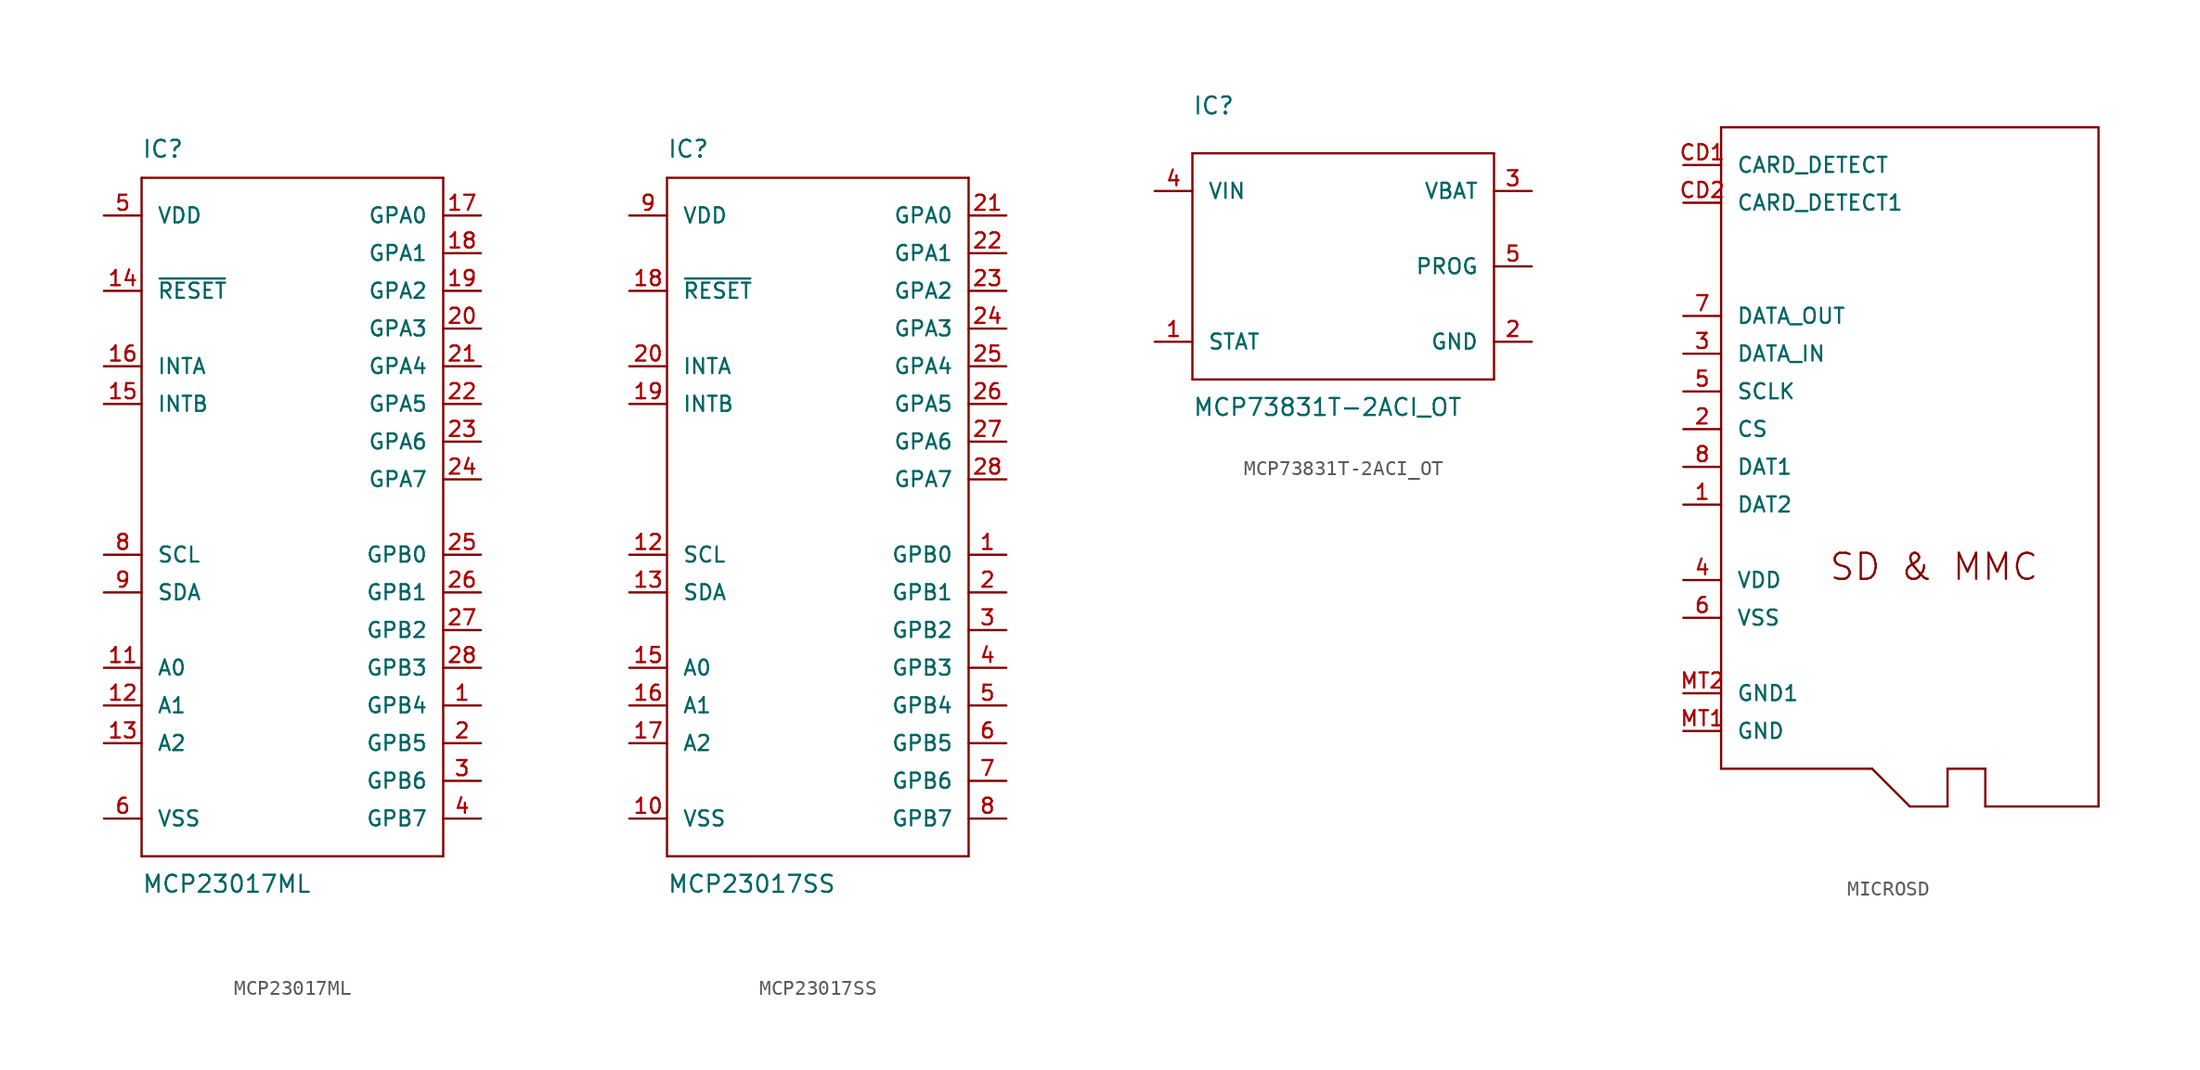
<source format=kicad_sym>
(kicad_symbol_lib
  (version 20220914)
  (generator kicad_symbol_editor)
  (symbol "MCP23017ML"
    (pin_names
      (offset 1.016))
    (property "Reference" "IC"
      (at -10.16 24.13 0)
      (effects (font (size 1.143 1.143)) (justify left bottom)))
    (property "Value" "MCP23017ML"
      (at -10.16 -25.4 0)
      (effects (font (size 1.143 1.143)) (justify left bottom)))
    (property "ki_locked" ""
      (at 0 0 0)
      (effects (font (size 1.27 1.27))))
    (symbol "MCP23017ML_1_0"
      (polyline (pts (xy -10.16 -22.86) (xy -10.16 22.86)) (stroke (width 0) (type solid)) (fill (type none)))
      (polyline (pts (xy -10.16 22.86) (xy 10.16 22.86)) (stroke (width 0) (type solid)) (fill (type none)))
      (polyline (pts (xy 10.16 -22.86) (xy -10.16 -22.86)) (stroke (width 0) (type solid)) (fill (type none)))
      (polyline (pts (xy 10.16 22.86) (xy 10.16 -22.86)) (stroke (width 0) (type solid)) (fill (type none))))
    (symbol "MCP23017ML_1_1"
      (pin bidirectional line (at 12.7 -12.7 180) (length 2.54) (name "GPB4" (effects (font (size 1.016 1.016)))) (number "1" (effects (font (size 1.016 1.016)))))
      (pin input line (at -12.7 -10.16 0) (length 2.54) (name "A0" (effects (font (size 1.016 1.016)))) (number "11" (effects (font (size 1.016 1.016)))))
      (pin input line (at -12.7 -12.7 0) (length 2.54) (name "A1" (effects (font (size 1.016 1.016)))) (number "12" (effects (font (size 1.016 1.016)))))
      (pin input line (at -12.7 -15.24 0) (length 2.54) (name "A2" (effects (font (size 1.016 1.016)))) (number "13" (effects (font (size 1.016 1.016)))))
      (pin input line (at -12.7 15.24 0) (length 2.54) (name "~{RESET}" (effects (font (size 1.016 1.016)))) (number "14" (effects (font (size 1.016 1.016)))))
      (pin output line (at -12.7 7.62 0) (length 2.54) (name "INTB" (effects (font (size 1.016 1.016)))) (number "15" (effects (font (size 1.016 1.016)))))
      (pin output line (at -12.7 10.16 0) (length 2.54) (name "INTA" (effects (font (size 1.016 1.016)))) (number "16" (effects (font (size 1.016 1.016)))))
      (pin bidirectional line (at 12.7 20.32 180) (length 2.54) (name "GPA0" (effects (font (size 1.016 1.016)))) (number "17" (effects (font (size 1.016 1.016)))))
      (pin bidirectional line (at 12.7 17.78 180) (length 2.54) (name "GPA1" (effects (font (size 1.016 1.016)))) (number "18" (effects (font (size 1.016 1.016)))))
      (pin bidirectional line (at 12.7 15.24 180) (length 2.54) (name "GPA2" (effects (font (size 1.016 1.016)))) (number "19" (effects (font (size 1.016 1.016)))))
      (pin bidirectional line (at 12.7 -15.24 180) (length 2.54) (name "GPB5" (effects (font (size 1.016 1.016)))) (number "2" (effects (font (size 1.016 1.016)))))
      (pin bidirectional line (at 12.7 12.7 180) (length 2.54) (name "GPA3" (effects (font (size 1.016 1.016)))) (number "20" (effects (font (size 1.016 1.016)))))
      (pin bidirectional line (at 12.7 10.16 180) (length 2.54) (name "GPA4" (effects (font (size 1.016 1.016)))) (number "21" (effects (font (size 1.016 1.016)))))
      (pin bidirectional line (at 12.7 7.62 180) (length 2.54) (name "GPA5" (effects (font (size 1.016 1.016)))) (number "22" (effects (font (size 1.016 1.016)))))
      (pin bidirectional line (at 12.7 5.08 180) (length 2.54) (name "GPA6" (effects (font (size 1.016 1.016)))) (number "23" (effects (font (size 1.016 1.016)))))
      (pin bidirectional line (at 12.7 2.54 180) (length 2.54) (name "GPA7" (effects (font (size 1.016 1.016)))) (number "24" (effects (font (size 1.016 1.016)))))
      (pin bidirectional line (at 12.7 -2.54 180) (length 2.54) (name "GPB0" (effects (font (size 1.016 1.016)))) (number "25" (effects (font (size 1.016 1.016)))))
      (pin bidirectional line (at 12.7 -5.08 180) (length 2.54) (name "GPB1" (effects (font (size 1.016 1.016)))) (number "26" (effects (font (size 1.016 1.016)))))
      (pin bidirectional line (at 12.7 -7.62 180) (length 2.54) (name "GPB2" (effects (font (size 1.016 1.016)))) (number "27" (effects (font (size 1.016 1.016)))))
      (pin bidirectional line (at 12.7 -10.16 180) (length 2.54) (name "GPB3" (effects (font (size 1.016 1.016)))) (number "28" (effects (font (size 1.016 1.016)))))
      (pin bidirectional line (at 12.7 -17.78 180) (length 2.54) (name "GPB6" (effects (font (size 1.016 1.016)))) (number "3" (effects (font (size 1.016 1.016)))))
      (pin bidirectional line (at 12.7 -20.32 180) (length 2.54) (name "GPB7" (effects (font (size 1.016 1.016)))) (number "4" (effects (font (size 1.016 1.016)))))
      (pin power_in line (at -12.7 20.32 0) (length 2.54) (name "VDD" (effects (font (size 1.016 1.016)))) (number "5" (effects (font (size 1.016 1.016)))))
      (pin power_in line (at -12.7 -20.32 0) (length 2.54) (name "VSS" (effects (font (size 1.016 1.016)))) (number "6" (effects (font (size 1.016 1.016)))))
      (pin input line (at -12.7 -2.54 0) (length 2.54) (name "SCL" (effects (font (size 1.016 1.016)))) (number "8" (effects (font (size 1.016 1.016)))))
      (pin bidirectional line (at -12.7 -5.08 0) (length 2.54) (name "SDA" (effects (font (size 1.016 1.016)))) (number "9" (effects (font (size 1.016 1.016)))))))
  (symbol "MCP23017SS"
    (pin_names
      (offset 1.016))
    (property "Reference" "IC"
      (at -10.16 24.13 0)
      (effects (font (size 1.143 1.143)) (justify left bottom)))
    (property "Value" "MCP23017SS"
      (at -10.16 -25.4 0)
      (effects (font (size 1.143 1.143)) (justify left bottom)))
    (property "ki_locked" ""
      (at 0 0 0)
      (effects (font (size 1.27 1.27))))
    (symbol "MCP23017SS_1_0"
      (polyline (pts (xy -10.16 -22.86) (xy -10.16 22.86)) (stroke (width 0) (type solid)) (fill (type none)))
      (polyline (pts (xy -10.16 22.86) (xy 10.16 22.86)) (stroke (width 0) (type solid)) (fill (type none)))
      (polyline (pts (xy 10.16 -22.86) (xy -10.16 -22.86)) (stroke (width 0) (type solid)) (fill (type none)))
      (polyline (pts (xy 10.16 22.86) (xy 10.16 -22.86)) (stroke (width 0) (type solid)) (fill (type none))))
    (symbol "MCP23017SS_1_1"
      (pin bidirectional line (at 12.7 -2.54 180) (length 2.54) (name "GPB0" (effects (font (size 1.016 1.016)))) (number "1" (effects (font (size 1.016 1.016)))))
      (pin power_in line (at -12.7 -20.32 0) (length 2.54) (name "VSS" (effects (font (size 1.016 1.016)))) (number "10" (effects (font (size 1.016 1.016)))))
      (pin input line (at -12.7 -2.54 0) (length 2.54) (name "SCL" (effects (font (size 1.016 1.016)))) (number "12" (effects (font (size 1.016 1.016)))))
      (pin bidirectional line (at -12.7 -5.08 0) (length 2.54) (name "SDA" (effects (font (size 1.016 1.016)))) (number "13" (effects (font (size 1.016 1.016)))))
      (pin input line (at -12.7 -10.16 0) (length 2.54) (name "A0" (effects (font (size 1.016 1.016)))) (number "15" (effects (font (size 1.016 1.016)))))
      (pin input line (at -12.7 -12.7 0) (length 2.54) (name "A1" (effects (font (size 1.016 1.016)))) (number "16" (effects (font (size 1.016 1.016)))))
      (pin input line (at -12.7 -15.24 0) (length 2.54) (name "A2" (effects (font (size 1.016 1.016)))) (number "17" (effects (font (size 1.016 1.016)))))
      (pin input line (at -12.7 15.24 0) (length 2.54) (name "~{RESET}" (effects (font (size 1.016 1.016)))) (number "18" (effects (font (size 1.016 1.016)))))
      (pin output line (at -12.7 7.62 0) (length 2.54) (name "INTB" (effects (font (size 1.016 1.016)))) (number "19" (effects (font (size 1.016 1.016)))))
      (pin bidirectional line (at 12.7 -5.08 180) (length 2.54) (name "GPB1" (effects (font (size 1.016 1.016)))) (number "2" (effects (font (size 1.016 1.016)))))
      (pin output line (at -12.7 10.16 0) (length 2.54) (name "INTA" (effects (font (size 1.016 1.016)))) (number "20" (effects (font (size 1.016 1.016)))))
      (pin bidirectional line (at 12.7 20.32 180) (length 2.54) (name "GPA0" (effects (font (size 1.016 1.016)))) (number "21" (effects (font (size 1.016 1.016)))))
      (pin bidirectional line (at 12.7 17.78 180) (length 2.54) (name "GPA1" (effects (font (size 1.016 1.016)))) (number "22" (effects (font (size 1.016 1.016)))))
      (pin bidirectional line (at 12.7 15.24 180) (length 2.54) (name "GPA2" (effects (font (size 1.016 1.016)))) (number "23" (effects (font (size 1.016 1.016)))))
      (pin bidirectional line (at 12.7 12.7 180) (length 2.54) (name "GPA3" (effects (font (size 1.016 1.016)))) (number "24" (effects (font (size 1.016 1.016)))))
      (pin bidirectional line (at 12.7 10.16 180) (length 2.54) (name "GPA4" (effects (font (size 1.016 1.016)))) (number "25" (effects (font (size 1.016 1.016)))))
      (pin bidirectional line (at 12.7 7.62 180) (length 2.54) (name "GPA5" (effects (font (size 1.016 1.016)))) (number "26" (effects (font (size 1.016 1.016)))))
      (pin bidirectional line (at 12.7 5.08 180) (length 2.54) (name "GPA6" (effects (font (size 1.016 1.016)))) (number "27" (effects (font (size 1.016 1.016)))))
      (pin bidirectional line (at 12.7 2.54 180) (length 2.54) (name "GPA7" (effects (font (size 1.016 1.016)))) (number "28" (effects (font (size 1.016 1.016)))))
      (pin bidirectional line (at 12.7 -7.62 180) (length 2.54) (name "GPB2" (effects (font (size 1.016 1.016)))) (number "3" (effects (font (size 1.016 1.016)))))
      (pin bidirectional line (at 12.7 -10.16 180) (length 2.54) (name "GPB3" (effects (font (size 1.016 1.016)))) (number "4" (effects (font (size 1.016 1.016)))))
      (pin bidirectional line (at 12.7 -12.7 180) (length 2.54) (name "GPB4" (effects (font (size 1.016 1.016)))) (number "5" (effects (font (size 1.016 1.016)))))
      (pin bidirectional line (at 12.7 -15.24 180) (length 2.54) (name "GPB5" (effects (font (size 1.016 1.016)))) (number "6" (effects (font (size 1.016 1.016)))))
      (pin bidirectional line (at 12.7 -17.78 180) (length 2.54) (name "GPB6" (effects (font (size 1.016 1.016)))) (number "7" (effects (font (size 1.016 1.016)))))
      (pin bidirectional line (at 12.7 -20.32 180) (length 2.54) (name "GPB7" (effects (font (size 1.016 1.016)))) (number "8" (effects (font (size 1.016 1.016)))))
      (pin power_in line (at -12.7 20.32 0) (length 2.54) (name "VDD" (effects (font (size 1.016 1.016)))) (number "9" (effects (font (size 1.016 1.016)))))))
  (symbol "MCP73831T-2ACI_OT"
    (pin_names
      (offset 1.016))
    (property "Reference" "IC"
      (at -10.16 10.16 0)
      (effects (font (size 1.143 1.143)) (justify left bottom)))
    (property "Value" "MCP73831T-2ACI_OT"
      (at -10.16 -10.16 0)
      (effects (font (size 1.143 1.143)) (justify left bottom)))
    (property "ki_locked" ""
      (at 0 0 0)
      (effects (font (size 1.27 1.27))))
    (symbol "MCP73831T-2ACI_OT_1_0"
      (polyline (pts (xy -10.16 -7.62) (xy 10.16 -7.62)) (stroke (width 0) (type solid)) (fill (type none)))
      (polyline (pts (xy -10.16 7.62) (xy -10.16 -7.62)) (stroke (width 0) (type solid)) (fill (type none)))
      (polyline (pts (xy 10.16 -7.62) (xy 10.16 7.62)) (stroke (width 0) (type solid)) (fill (type none)))
      (polyline (pts (xy 10.16 7.62) (xy -10.16 7.62)) (stroke (width 0) (type solid)) (fill (type none))))
    (symbol "MCP73831T-2ACI_OT_1_1"
      (pin output line (at -12.7 -5.08 0) (length 2.54) (name "STAT" (effects (font (size 1.016 1.016)))) (number "1" (effects (font (size 1.016 1.016)))))
      (pin power_in line (at 12.7 -5.08 180) (length 2.54) (name "GND" (effects (font (size 1.016 1.016)))) (number "2" (effects (font (size 1.016 1.016)))))
      (pin passive line (at 12.7 5.08 180) (length 2.54) (name "VBAT" (effects (font (size 1.016 1.016)))) (number "3" (effects (font (size 1.016 1.016)))))
      (pin power_in line (at -12.7 5.08 0) (length 2.54) (name "VIN" (effects (font (size 1.016 1.016)))) (number "4" (effects (font (size 1.016 1.016)))))
      (pin passive line (at 12.7 0 180) (length 2.54) (name "PROG" (effects (font (size 1.016 1.016)))) (number "5" (effects (font (size 1.016 1.016)))))))
  (symbol "MICROSD"
    (pin_names
      (offset 1.016))
    (property "Reference" "M"
      (at 0 0 0)
      (effects (font (size 1.143 1.143)) hide))
    (property "ki_locked" ""
      (at 0 0 0)
      (effects (font (size 1.27 1.27))))
    (symbol "MICROSD_1_0"
      (polyline (pts (xy -15.24 -22.86) (xy -5.08 -22.86)) (stroke (width 0) (type solid)) (fill (type none)))
      (polyline (pts (xy -15.24 20.32) (xy -15.24 -22.86)) (stroke (width 0) (type solid)) (fill (type none)))
      (polyline (pts (xy -5.08 -22.86) (xy -2.54 -25.4)) (stroke (width 0) (type solid)) (fill (type none)))
      (polyline (pts (xy -2.54 -25.4) (xy 0 -25.4)) (stroke (width 0) (type solid)) (fill (type none)))
      (polyline (pts (xy 0 -25.4) (xy 0 -22.86)) (stroke (width 0) (type solid)) (fill (type none)))
      (polyline (pts (xy 0 -22.86) (xy 2.54 -22.86)) (stroke (width 0) (type solid)) (fill (type none)))
      (polyline (pts (xy 2.54 -25.4) (xy 10.16 -25.4)) (stroke (width 0) (type solid)) (fill (type none)))
      (polyline (pts (xy 2.54 -22.86) (xy 2.54 -25.4)) (stroke (width 0) (type solid)) (fill (type none)))
      (polyline (pts (xy 10.16 -25.4) (xy 10.16 20.32)) (stroke (width 0) (type solid)) (fill (type none)))
      (polyline (pts (xy 10.16 20.32) (xy -15.24 20.32)) (stroke (width 0) (type solid)) (fill (type none)))
      (text "SD & MMC" (at -0.914 -9.271 0) (effects (font (size 1.753 1.753)))))
    (symbol "MICROSD_1_1"
      (pin bidirectional line (at -17.78 -5.08 0) (length 2.54) (name "DAT2" (effects (font (size 1.016 1.016)))) (number "1" (effects (font (size 1.016 1.016)))))
      (pin input line (at -17.78 0 0) (length 2.54) (name "CS" (effects (font (size 1.016 1.016)))) (number "2" (effects (font (size 1.016 1.016)))))
      (pin input line (at -17.78 5.08 0) (length 2.54) (name "DATA_IN" (effects (font (size 1.016 1.016)))) (number "3" (effects (font (size 1.016 1.016)))))
      (pin power_out line (at -17.78 -10.16 0) (length 2.54) (name "VDD" (effects (font (size 1.016 1.016)))) (number "4" (effects (font (size 1.016 1.016)))))
      (pin input line (at -17.78 2.54 0) (length 2.54) (name "SCLK" (effects (font (size 1.016 1.016)))) (number "5" (effects (font (size 1.016 1.016)))))
      (pin power_out line (at -17.78 -12.7 0) (length 2.54) (name "VSS" (effects (font (size 1.016 1.016)))) (number "6" (effects (font (size 1.016 1.016)))))
      (pin output line (at -17.78 7.62 0) (length 2.54) (name "DATA_OUT" (effects (font (size 1.016 1.016)))) (number "7" (effects (font (size 1.016 1.016)))))
      (pin bidirectional line (at -17.78 -2.54 0) (length 2.54) (name "DAT1" (effects (font (size 1.016 1.016)))) (number "8" (effects (font (size 1.016 1.016)))))
      (pin passive line (at -17.78 17.78 0) (length 2.54) (name "CARD_DETECT" (effects (font (size 1.016 1.016)))) (number "CD1" (effects (font (size 1.016 1.016)))))
      (pin passive line (at -17.78 15.24 0) (length 2.54) (name "CARD_DETECT1" (effects (font (size 1.016 1.016)))) (number "CD2" (effects (font (size 1.016 1.016)))))
      (pin power_out line (at -17.78 -20.32 0) (length 2.54) (name "GND" (effects (font (size 1.016 1.016)))) (number "MT1" (effects (font (size 1.016 1.016)))))
      (pin power_out line (at -17.78 -17.78 0) (length 2.54) (name "GND1" (effects (font (size 1.016 1.016)))) (number "MT2" (effects (font (size 1.016 1.016))))))))
</source>
